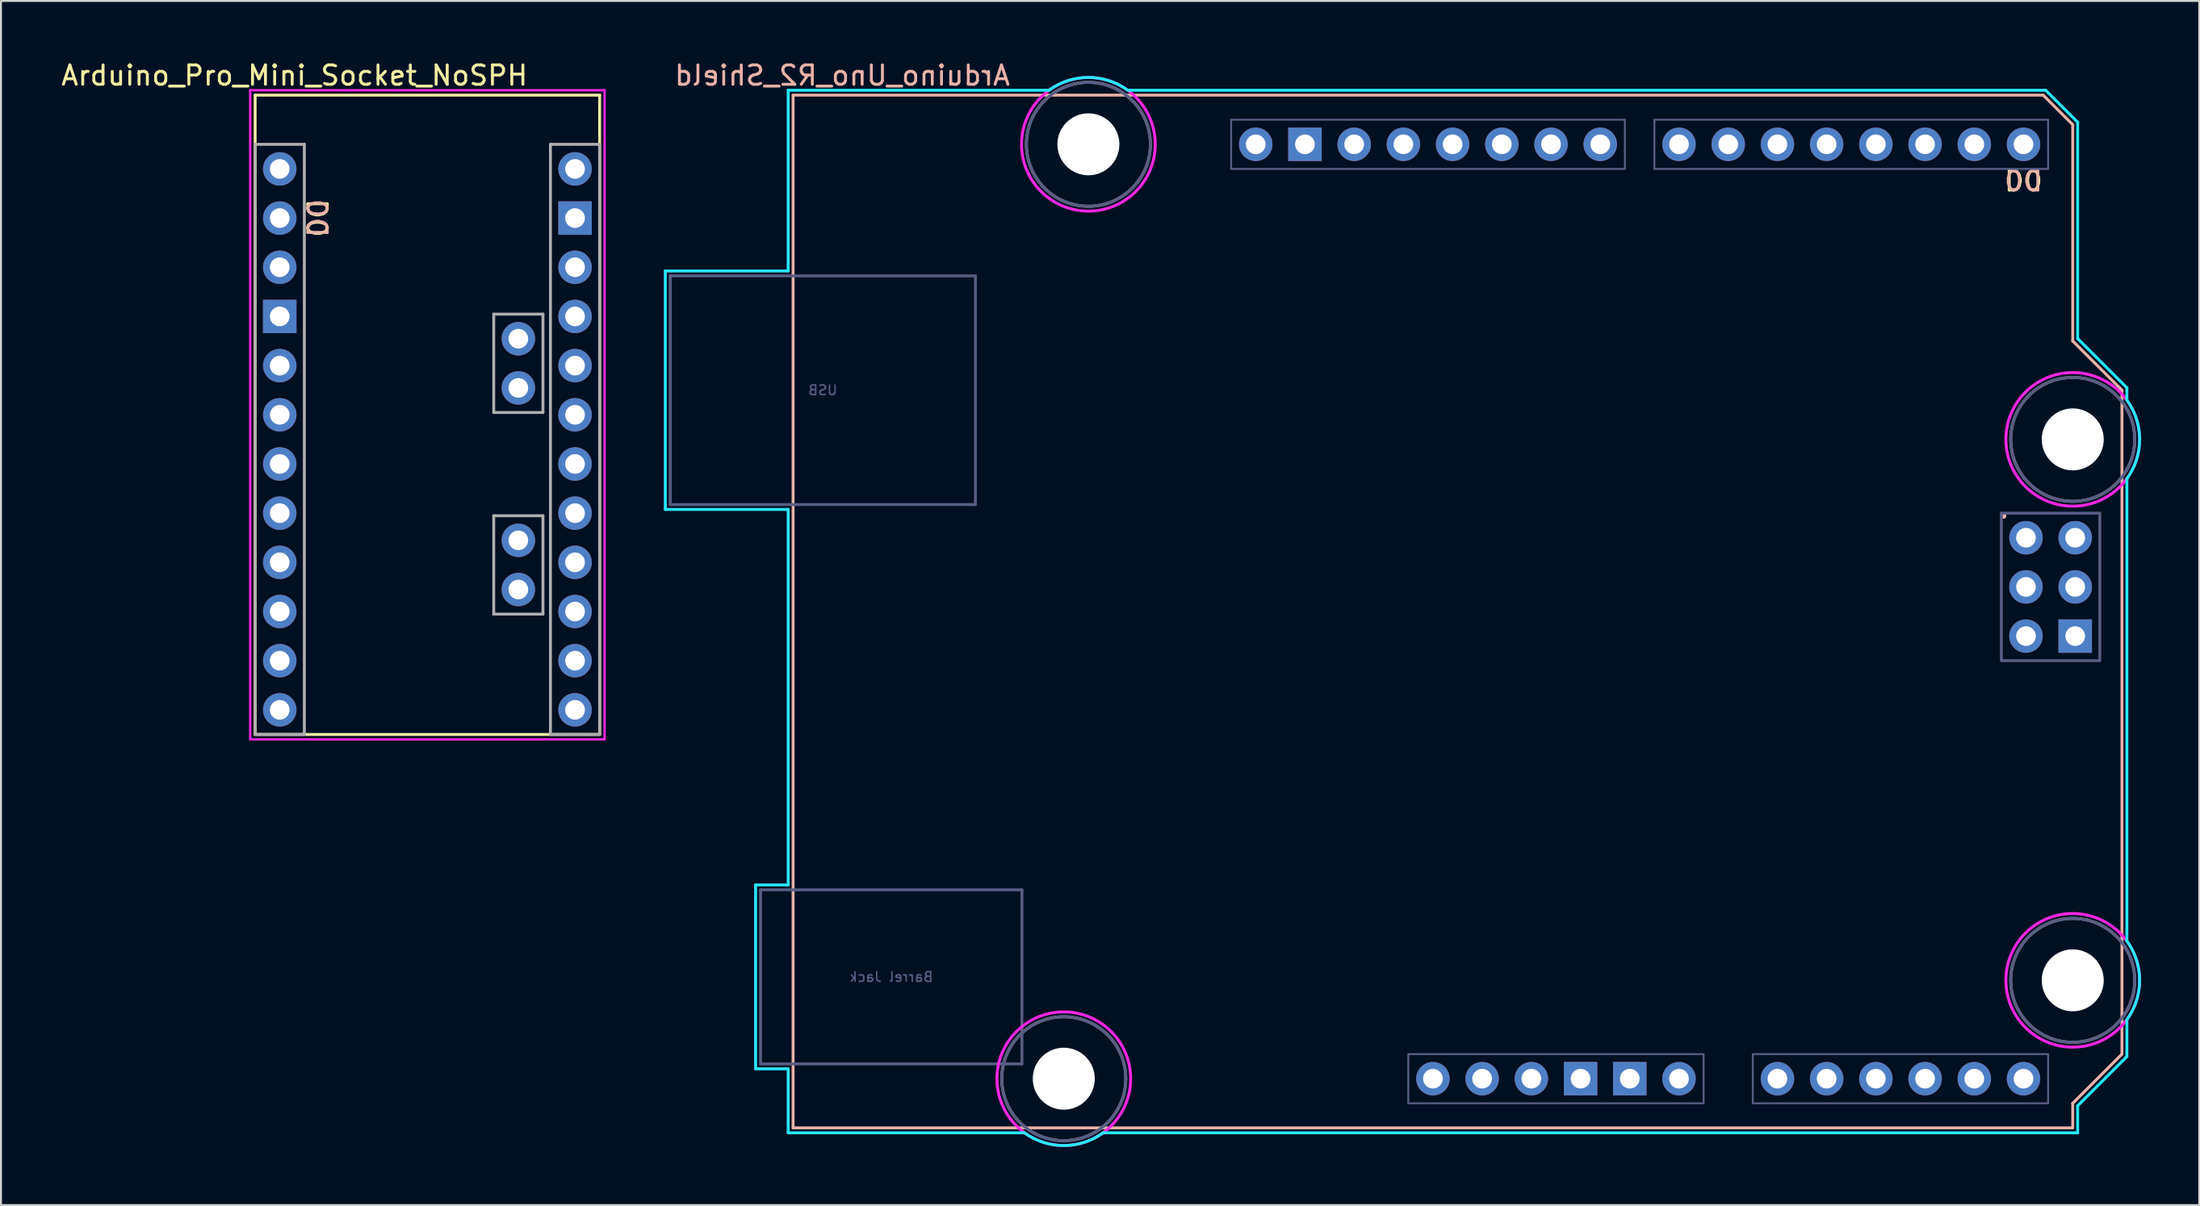
<source format=kicad_pcb>
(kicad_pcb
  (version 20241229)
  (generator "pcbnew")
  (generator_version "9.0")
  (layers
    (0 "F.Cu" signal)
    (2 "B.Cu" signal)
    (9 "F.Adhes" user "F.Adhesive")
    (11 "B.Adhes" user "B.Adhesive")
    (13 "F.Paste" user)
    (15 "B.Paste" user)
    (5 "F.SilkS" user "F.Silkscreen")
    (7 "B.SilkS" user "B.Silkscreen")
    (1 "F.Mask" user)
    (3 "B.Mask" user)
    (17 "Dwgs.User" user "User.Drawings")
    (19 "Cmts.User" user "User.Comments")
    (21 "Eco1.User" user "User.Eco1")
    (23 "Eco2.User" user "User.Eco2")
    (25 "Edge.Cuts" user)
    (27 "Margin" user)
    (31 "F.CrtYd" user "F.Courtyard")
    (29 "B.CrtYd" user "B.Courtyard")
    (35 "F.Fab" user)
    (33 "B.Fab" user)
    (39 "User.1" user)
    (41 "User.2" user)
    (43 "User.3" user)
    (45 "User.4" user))
  (footprint "Arduino_Pro_Mini_Socket_NoSPH"
    (layer "F.Cu")
    (at 19.007 18.374)
    (property "Reference" "Arduino_Pro_Mini_Socket_NoSPH" (at -6.858 -17.526 0) (layer "F.SilkS") (effects (font (size 1 1) (thickness 0.15))))
    (attr through_hole)
    (fp_line (start -8.89 -16.51) (end -8.89 16.51) (stroke (width 0.15) (type solid)) (layer "F.SilkS"))
    (fp_line (start 8.89 -16.51) (end -8.89 -16.51) (stroke (width 0.15) (type solid)) (layer "F.SilkS"))
    (fp_line (start 8.89 -16.51) (end 8.89 16.51) (stroke (width 0.15) (type solid)) (layer "F.SilkS"))
    (fp_line (start 8.89 16.51) (end -8.89 16.51) (stroke (width 0.15) (type solid)) (layer "F.SilkS"))
    (fp_line (start -9.144 -16.764) (end 9.144 -16.764) (stroke (width 0.12) (type solid)) (layer "F.CrtYd"))
    (fp_line (start -9.144 16.764) (end -9.144 -16.764) (stroke (width 0.12) (type solid)) (layer "F.CrtYd"))
    (fp_line (start 9.144 -16.764) (end 9.144 16.764) (stroke (width 0.12) (type solid)) (layer "F.CrtYd"))
    (fp_line (start 9.144 16.764) (end -9.144 16.764) (stroke (width 0.12) (type solid)) (layer "F.CrtYd"))
    (fp_line (start -8.89 -13.97) (end -8.89 16.51) (stroke (width 0.15) (type solid)) (layer "F.Fab"))
    (fp_line (start -8.89 -13.97) (end -6.35 -13.97) (stroke (width 0.15) (type solid)) (layer "F.Fab"))
    (fp_line (start -8.89 16.51) (end -6.35 16.51) (stroke (width 0.15) (type solid)) (layer "F.Fab"))
    (fp_line (start -6.35 -13.97) (end -6.35 16.51) (stroke (width 0.15) (type solid)) (layer "F.Fab"))
    (fp_line (start 3.424 -5.199) (end 3.424 -0.119) (stroke (width 0.15) (type solid)) (layer "F.Fab"))
    (fp_line (start 3.424 -0.119) (end 5.964 -0.119) (stroke (width 0.15) (type solid)) (layer "F.Fab"))
    (fp_line (start 3.424 5.214) (end 3.424 10.295) (stroke (width 0.15) (type solid)) (layer "F.Fab"))
    (fp_line (start 5.964 -5.199) (end 3.424 -5.199) (stroke (width 0.15) (type solid)) (layer "F.Fab"))
    (fp_line (start 5.964 -5.199) (end 5.964 -0.119) (stroke (width 0.15) (type solid)) (layer "F.Fab"))
    (fp_line (start 5.964 5.214) (end 3.424 5.214) (stroke (width 0.15) (type solid)) (layer "F.Fab"))
    (fp_line (start 5.964 5.214) (end 5.964 10.295) (stroke (width 0.15) (type solid)) (layer "F.Fab"))
    (fp_line (start 5.964 10.295) (end 3.424 10.295) (stroke (width 0.15) (type solid)) (layer "F.Fab"))
    (fp_line (start 6.35 -13.97) (end 6.35 16.51) (stroke (width 0.15) (type solid)) (layer "F.Fab"))
    (fp_line (start 6.35 -13.97) (end 8.89 -13.97) (stroke (width 0.15) (type solid)) (layer "F.Fab"))
    (fp_line (start 6.35 16.51) (end 8.89 16.51) (stroke (width 0.15) (type solid)) (layer "F.Fab"))
    (fp_line (start 8.89 -13.97) (end 8.89 16.51) (stroke (width 0.15) (type solid)) (layer "F.Fab"))
    (fp_text user "D0" (at -5.715 -10.16 270) (unlocked yes) (layer "F.SilkS") (effects (font (size 1 1) (thickness 0.15))))
    (fp_text user "D0" (at -5.715 -10.16 270) (unlocked yes) (layer "B.SilkS") (effects (font (size 1 1) (thickness 0.15)) (justify mirror)))
    (pad "A0" thru_hole circle (at 7.62 5.08) (size 1.727 1.727) (drill 1.016) (layers "*.Cu" "*.Mask"))
    (pad "A1" thru_hole circle (at 7.62 2.54) (size 1.727 1.727) (drill 1.016) (layers "*.Cu" "*.Mask"))
    (pad "A2" thru_hole circle (at 7.62 0) (size 1.727 1.727) (drill 1.016) (layers "*.Cu" "*.Mask"))
    (pad "A3" thru_hole circle (at 7.62 -2.54) (size 1.727 1.727) (drill 1.016) (layers "*.Cu" "*.Mask"))
    (pad "A4" thru_hole circle (at 4.694 -1.389) (size 1.727 1.727) (drill 1.016) (layers "*.Cu" "*.Mask"))
    (pad "A5" thru_hole circle (at 4.694 -3.929) (size 1.727 1.727) (drill 1.016) (layers "*.Cu" "*.Mask"))
    (pad "A6" thru_hole circle (at 4.694 9.025) (size 1.727 1.727) (drill 1.016) (layers "*.Cu" "*.Mask"))
    (pad "A7" thru_hole circle (at 4.694 6.484) (size 1.727 1.727) (drill 1.016) (layers "*.Cu" "*.Mask"))
    (pad "D0" thru_hole circle (at -7.62 -10.16) (size 1.727 1.727) (drill 1.016) (layers "*.Cu" "*.Mask"))
    (pad "D1" thru_hole circle (at -7.62 -12.7) (size 1.727 1.727) (drill 1.016) (layers "*.Cu" "*.Mask"))
    (pad "D2" thru_hole circle (at -7.62 -2.54) (size 1.727 1.727) (drill 1.016) (layers "*.Cu" "*.Mask"))
    (pad "D3" thru_hole circle (at -7.62 0) (size 1.727 1.727) (drill 1.016) (layers "*.Cu" "*.Mask"))
    (pad "D4" thru_hole circle (at -7.62 2.54) (size 1.727 1.727) (drill 1.016) (layers "*.Cu" "*.Mask"))
    (pad "D5" thru_hole circle (at -7.62 5.08) (size 1.727 1.727) (drill 1.016) (layers "*.Cu" "*.Mask"))
    (pad "D6" thru_hole circle (at -7.62 7.62) (size 1.727 1.727) (drill 1.016) (layers "*.Cu" "*.Mask"))
    (pad "D7" thru_hole circle (at -7.62 10.16) (size 1.727 1.727) (drill 1.016) (layers "*.Cu" "*.Mask"))
    (pad "D8" thru_hole circle (at -7.62 12.7) (size 1.727 1.727) (drill 1.016) (layers "*.Cu" "*.Mask"))
    (pad "D9" thru_hole circle (at -7.62 15.24) (size 1.727 1.727) (drill 1.016) (layers "*.Cu" "*.Mask"))
    (pad "D10" thru_hole circle (at 7.62 15.24) (size 1.727 1.727) (drill 1.016) (layers "*.Cu" "*.Mask"))
    (pad "D11" thru_hole circle (at 7.62 12.7) (size 1.727 1.727) (drill 1.016) (layers "*.Cu" "*.Mask"))
    (pad "D12" thru_hole circle (at 7.62 10.16) (size 1.727 1.727) (drill 1.016) (layers "*.Cu" "*.Mask"))
    (pad "D13" thru_hole circle (at 7.62 7.62) (size 1.727 1.727) (drill 1.016) (layers "*.Cu" "*.Mask"))
    (pad "GND1" thru_hole rect (at -7.62 -5.08) (size 1.727 1.727) (drill 1.016) (layers "*.Cu" "*.Mask"))
    (pad "GND2" thru_hole rect (at 7.62 -10.16) (size 1.727 1.727) (drill 1.016) (layers "*.Cu" "*.Mask"))
    (pad "RAW" thru_hole circle (at 7.62 -12.7) (size 1.727 1.727) (drill 1.016) (layers "*.Cu" "*.Mask"))
    (pad "RST1" thru_hole circle (at -7.62 -7.62) (size 1.727 1.727) (drill 1.016) (layers "*.Cu" "*.Mask"))
    (pad "RST2" thru_hole circle (at 7.62 -7.62) (size 1.727 1.727) (drill 1.016) (layers "*.Cu" "*.Mask"))
    (pad "Vcc1" thru_hole circle (at 7.62 -5.08) (size 1.727 1.727) (drill 1.016) (layers "*.Cu" "*.Mask")))
  (footprint "Arduino_Uno_R2_Shield"
    (layer "F.Cu")
    (at 37.88 55.204)
    (property "Reference" "Arduino_Uno_R2_Shield" (at 2.54 -54.356 0) (layer "B.SilkS") (effects (font (size 1 1) (thickness 0.15)) (justify mirror)))
    (attr through_hole)
    (fp_line (start 0 -53.34) (end 0 0) (stroke (width 0.15) (type solid)) (layer "B.SilkS"))
    (fp_line (start 0 -53.34) (end 64.516 -53.34) (stroke (width 0.15) (type solid)) (layer "B.SilkS"))
    (fp_line (start 0 0) (end 66.04 0) (stroke (width 0.15) (type solid)) (layer "B.SilkS"))
    (fp_line (start 64.516 -53.34) (end 66.04 -51.816) (stroke (width 0.15) (type solid)) (layer "B.SilkS"))
    (fp_line (start 66.04 -40.64) (end 66.04 -51.816) (stroke (width 0.15) (type solid)) (layer "B.SilkS"))
    (fp_line (start 66.04 -1.27) (end 68.58 -3.81) (stroke (width 0.15) (type solid)) (layer "B.SilkS"))
    (fp_line (start 66.04 0) (end 66.04 -1.27) (stroke (width 0.15) (type solid)) (layer "B.SilkS"))
    (fp_line (start 68.58 -38.1) (end 66.04 -40.64) (stroke (width 0.15) (type solid)) (layer "B.SilkS"))
    (fp_line (start 68.58 -3.81) (end 68.58 -38.1) (stroke (width 0.15) (type solid)) (layer "B.SilkS"))
    (fp_line (start -6.594 -44.258) (end -0.254 -44.258) (stroke (width 0.15) (type solid)) (layer "B.CrtYd"))
    (fp_line (start -6.594 -31.94) (end -6.594 -44.258) (stroke (width 0.15) (type solid)) (layer "B.CrtYd"))
    (fp_line (start -1.934 -12.548) (end -1.934 -3.049) (stroke (width 0.15) (type solid)) (layer "B.CrtYd"))
    (fp_line (start -1.934 -12.548) (end -0.254 -12.548) (stroke (width 0.15) (type solid)) (layer "B.CrtYd"))
    (fp_line (start -1.934 -3.049) (end -0.254 -3.049) (stroke (width 0.15) (type solid)) (layer "B.CrtYd"))
    (fp_line (start -0.254 -53.594) (end -0.254 -44.258) (stroke (width 0.15) (type solid)) (layer "B.CrtYd"))
    (fp_line (start -0.254 -31.94) (end -6.594 -31.94) (stroke (width 0.15) (type solid)) (layer "B.CrtYd"))
    (fp_line (start -0.254 -31.94) (end -0.254 -12.548) (stroke (width 0.15) (type solid)) (layer "B.CrtYd"))
    (fp_line (start -0.254 -3.049) (end -0.254 0.254) (stroke (width 0.15) (type solid)) (layer "B.CrtYd"))
    (fp_line (start 11.938 0.254) (end -0.254 0.254) (stroke (width 0.15) (type solid)) (layer "B.CrtYd"))
    (fp_line (start 13.208 -53.594) (end -0.254 -53.594) (stroke (width 0.15) (type solid)) (layer "B.CrtYd"))
    (fp_line (start 16.002 0.254) (end 66.294 0.254) (stroke (width 0.15) (type solid)) (layer "B.CrtYd"))
    (fp_line (start 17.272 -53.594) (end 64.643 -53.594) (stroke (width 0.15) (type solid)) (layer "B.CrtYd"))
    (fp_line (start 64.643 -53.594) (end 66.294 -51.943) (stroke (width 0.15) (type solid)) (layer "B.CrtYd"))
    (fp_line (start 66.294 -40.767) (end 66.294 -51.943) (stroke (width 0.15) (type solid)) (layer "B.CrtYd"))
    (fp_line (start 66.294 -1.143) (end 68.834 -3.683) (stroke (width 0.15) (type solid)) (layer "B.CrtYd"))
    (fp_line (start 66.294 0.254) (end 66.294 -1.143) (stroke (width 0.15) (type solid)) (layer "B.CrtYd"))
    (fp_line (start 68.834 -38.227) (end 66.294 -40.767) (stroke (width 0.15) (type solid)) (layer "B.CrtYd"))
    (fp_line (start 68.834 -38.227) (end 68.834 -37.592) (stroke (width 0.15) (type solid)) (layer "B.CrtYd"))
    (fp_line (start 68.834 -9.652) (end 68.834 -33.528) (stroke (width 0.15) (type solid)) (layer "B.CrtYd"))
    (fp_line (start 68.834 -5.588) (end 68.834 -3.683) (stroke (width 0.15) (type solid)) (layer "B.CrtYd"))
    (fp_arc (start 13.208 -53.594) (mid 15.24 -54.254237) (end 17.272 -53.594) (stroke (width 0.15) (type solid)) (layer "B.CrtYd"))
    (fp_arc (start 16.002 0.254) (mid 13.97 0.914237) (end 11.938 0.254) (stroke (width 0.15) (type solid)) (layer "B.CrtYd"))
    (fp_arc (start 68.834 -37.592) (mid 69.494238 -35.56) (end 68.834 -33.528) (stroke (width 0.15) (type solid)) (layer "B.CrtYd"))
    (fp_arc (start 68.834 -9.652) (mid 69.494238 -7.62) (end 68.834 -5.588) (stroke (width 0.15) (type solid)) (layer "B.CrtYd"))
    (fp_circle (center 13.97 -2.54) (end 17.42 -2.54) (stroke (width 0.15) (type solid)) (fill no) (layer "F.CrtYd"))
    (fp_circle (center 15.24 -50.8) (end 18.69 -50.8) (stroke (width 0.15) (type solid)) (fill no) (layer "F.CrtYd"))
    (fp_circle (center 66.04 -35.56) (end 69.49 -35.56) (stroke (width 0.15) (type solid)) (fill no) (layer "F.CrtYd"))
    (fp_circle (center 66.04 -7.62) (end 69.49 -7.62) (stroke (width 0.15) (type solid)) (fill no) (layer "F.CrtYd"))
    (fp_line (start -6.34 -44.004) (end 9.41 -44.004) (stroke (width 0.15) (type solid)) (layer "B.Fab"))
    (fp_line (start -6.34 -32.194) (end -6.34 -44.004) (stroke (width 0.15) (type solid)) (layer "B.Fab"))
    (fp_line (start -6.34 -32.194) (end 9.41 -32.194) (stroke (width 0.15) (type solid)) (layer "B.Fab"))
    (fp_line (start -1.68 -12.294) (end -1.68 -3.303) (stroke (width 0.15) (type solid)) (layer "B.Fab"))
    (fp_line (start -1.68 -12.294) (end 11.81 -12.294) (stroke (width 0.15) (type solid)) (layer "B.Fab"))
    (fp_line (start -1.68 -3.303) (end 11.81 -3.303) (stroke (width 0.15) (type solid)) (layer "B.Fab"))
    (fp_line (start 9.41 -32.194) (end 9.41 -44.004) (stroke (width 0.15) (type solid)) (layer "B.Fab"))
    (fp_line (start 11.81 -12.294) (end 11.81 -3.303) (stroke (width 0.15) (type solid)) (layer "B.Fab"))
    (fp_rect (start 22.606 -52.07) (end 42.926 -49.53) (stroke (width 0.1) (type solid)) (fill no) (layer "B.Fab"))
    (fp_rect (start 31.75 -3.81) (end 46.99 -1.27) (stroke (width 0.1) (type solid)) (fill no) (layer "B.Fab"))
    (fp_rect (start 44.45 -52.07) (end 64.77 -49.53) (stroke (width 0.1) (type solid)) (fill no) (layer "B.Fab"))
    (fp_rect (start 49.53 -3.81) (end 64.77 -1.27) (stroke (width 0.1) (type solid)) (fill no) (layer "B.Fab"))
    (fp_rect (start 62.357 -31.75) (end 67.437 -24.13) (stroke (width 0.15) (type solid)) (fill no) (layer "B.Fab"))
    (fp_circle (center 13.97 -2.54) (end 17.17 -2.54) (stroke (width 0.15) (type solid)) (fill no) (layer "B.Fab"))
    (fp_circle (center 15.24 -50.8) (end 18.44 -50.8) (stroke (width 0.15) (type solid)) (fill no) (layer "B.Fab"))
    (fp_circle (center 66.04 -35.56) (end 69.24 -35.56) (stroke (width 0.15) (type solid)) (fill no) (layer "B.Fab"))
    (fp_circle (center 66.04 -7.62) (end 69.24 -7.62) (stroke (width 0.15) (type solid)) (fill no) (layer "B.Fab"))
    (fp_circle (center 13.97 -2.54) (end 17.17 -2.54) (stroke (width 0.15) (type solid)) (fill no) (layer "F.Fab"))
    (fp_circle (center 15.24 -50.8) (end 18.44 -50.8) (stroke (width 0.15) (type solid)) (fill no) (layer "F.Fab"))
    (fp_circle (center 66.04 -35.56) (end 69.24 -35.56) (stroke (width 0.15) (type solid)) (fill no) (layer "F.Fab"))
    (fp_circle (center 66.04 -7.62) (end 69.24 -7.62) (stroke (width 0.15) (type solid)) (fill no) (layer "F.Fab"))
    (fp_text user "." (at 62.484 -32.004 0) (layer "F.SilkS") (effects (font (size 1 1) (thickness 0.15))))
    (fp_text user "D0" (at 63.5 -48.895 0) (unlocked yes) (layer "F.SilkS") (effects (font (size 1 1) (thickness 0.15))))
    (fp_text user "D0" (at 63.5 -48.895 0) (unlocked yes) (layer "B.SilkS") (effects (font (size 1 1) (thickness 0.15)) (justify mirror)))
    (fp_text user "." (at 62.484 -32.004 0) (layer "B.SilkS") (effects (font (size 1 1) (thickness 0.15))))
    (fp_text user "USB" (at 1.535 -38.099 0) (layer "B.Fab") (effects (font (size 0.5 0.5) (thickness 0.075)) (justify mirror)))
    (fp_text user "Barrel Jack" (at 5.065 -7.798 0) (layer "B.Fab") (effects (font (size 0.5 0.5) (thickness 0.075)) (justify mirror)))
    (pad "" np_thru_hole circle (at 13.97 -2.54) (size 3.2 3.2) (drill 3.2) (layers "*.Cu" "*.Mask"))
    (pad "" np_thru_hole circle (at 15.24 -50.8) (size 3.2 3.2) (drill 3.2) (layers "*.Cu" "*.Mask"))
    (pad "" np_thru_hole circle (at 66.04 -35.56) (size 3.2 3.2) (drill 3.2) (layers "*.Cu" "*.Mask"))
    (pad "" np_thru_hole circle (at 66.04 -7.62) (size 3.2 3.2) (drill 3.2) (layers "*.Cu" "*.Mask"))
    (pad "3V3" thru_hole oval (at 35.56 -2.54) (size 1.727 1.727) (drill 1.016) (layers "*.Cu" "*.Mask"))
    (pad "5V1" thru_hole oval (at 38.1 -2.54) (size 1.727 1.727) (drill 1.016) (layers "*.Cu" "*.Mask"))
    (pad "5V2" thru_hole oval (at 66.167 -30.48) (size 1.727 1.727) (drill 1.016) (layers "*.Cu" "*.Mask"))
    (pad "A0" thru_hole oval (at 50.8 -2.54) (size 1.727 1.727) (drill 1.016) (layers "*.Cu" "*.Mask"))
    (pad "A1" thru_hole oval (at 53.34 -2.54) (size 1.727 1.727) (drill 1.016) (layers "*.Cu" "*.Mask"))
    (pad "A2" thru_hole oval (at 55.88 -2.54) (size 1.727 1.727) (drill 1.016) (layers "*.Cu" "*.Mask"))
    (pad "A3" thru_hole oval (at 58.42 -2.54) (size 1.727 1.727) (drill 1.016) (layers "*.Cu" "*.Mask"))
    (pad "A4" thru_hole oval (at 60.96 -2.54) (size 1.727 1.727) (drill 1.016) (layers "*.Cu" "*.Mask"))
    (pad "A5" thru_hole oval (at 63.5 -2.54) (size 1.727 1.727) (drill 1.016) (layers "*.Cu" "*.Mask"))
    (pad "AREF" thru_hole oval (at 23.876 -50.8) (size 1.727 1.727) (drill 1.016) (layers "*.Cu" "*.Mask"))
    (pad "D0" thru_hole oval (at 63.5 -50.8) (size 1.727 1.727) (drill 1.016) (layers "*.Cu" "*.Mask"))
    (pad "D1" thru_hole oval (at 60.96 -50.8) (size 1.727 1.727) (drill 1.016) (layers "*.Cu" "*.Mask"))
    (pad "D2" thru_hole oval (at 58.42 -50.8) (size 1.727 1.727) (drill 1.016) (layers "*.Cu" "*.Mask"))
    (pad "D3" thru_hole oval (at 55.88 -50.8) (size 1.727 1.727) (drill 1.016) (layers "*.Cu" "*.Mask"))
    (pad "D4" thru_hole oval (at 53.34 -50.8) (size 1.727 1.727) (drill 1.016) (layers "*.Cu" "*.Mask"))
    (pad "D5" thru_hole oval (at 50.8 -50.8) (size 1.727 1.727) (drill 1.016) (layers "*.Cu" "*.Mask"))
    (pad "D6" thru_hole oval (at 48.26 -50.8) (size 1.727 1.727) (drill 1.016) (layers "*.Cu" "*.Mask"))
    (pad "D7" thru_hole oval (at 45.72 -50.8) (size 1.727 1.727) (drill 1.016) (layers "*.Cu" "*.Mask"))
    (pad "D8" thru_hole oval (at 41.656 -50.8) (size 1.727 1.727) (drill 1.016) (layers "*.Cu" "*.Mask"))
    (pad "D9" thru_hole oval (at 39.116 -50.8) (size 1.727 1.727) (drill 1.016) (layers "*.Cu" "*.Mask"))
    (pad "D10" thru_hole oval (at 36.576 -50.8) (size 1.727 1.727) (drill 1.016) (layers "*.Cu" "*.Mask"))
    (pad "D11" thru_hole oval (at 34.036 -50.8) (size 1.727 1.727) (drill 1.016) (layers "*.Cu" "*.Mask"))
    (pad "D12" thru_hole oval (at 31.496 -50.8) (size 1.727 1.727) (drill 1.016) (layers "*.Cu" "*.Mask"))
    (pad "D13" thru_hole oval (at 28.956 -50.8) (size 1.727 1.727) (drill 1.016) (layers "*.Cu" "*.Mask"))
    (pad "GND1" thru_hole rect (at 26.416 -50.8) (size 1.727 1.727) (drill 1.016) (layers "*.Cu" "*.Mask"))
    (pad "GND2" thru_hole rect (at 40.64 -2.54) (size 1.727 1.727) (drill 1.016) (layers "*.Cu" "*.Mask"))
    (pad "GND3" thru_hole rect (at 43.18 -2.54) (size 1.727 1.727) (drill 1.016) (layers "*.Cu" "*.Mask"))
    (pad "GND4" thru_hole rect (at 66.167 -25.4) (size 1.727 1.727) (drill 1.016) (layers "*.Cu" "*.Mask"))
    (pad "MISO" thru_hole oval (at 63.627 -30.48) (size 1.727 1.727) (drill 1.016) (layers "*.Cu" "*.Mask"))
    (pad "MOSI" thru_hole oval (at 66.167 -27.94) (size 1.727 1.727) (drill 1.016) (layers "*.Cu" "*.Mask"))
    (pad "RST1" thru_hole oval (at 33.02 -2.54) (size 1.727 1.727) (drill 1.016) (layers "*.Cu" "*.Mask"))
    (pad "RST2" thru_hole oval (at 63.627 -25.4) (size 1.727 1.727) (drill 1.016) (layers "*.Cu" "*.Mask"))
    (pad "SCK" thru_hole oval (at 63.627 -27.94) (size 1.727 1.727) (drill 1.016) (layers "*.Cu" "*.Mask"))
    (pad "VIN" thru_hole oval (at 45.72 -2.54) (size 1.727 1.727) (drill 1.016) (layers "*.Cu" "*.Mask")))
  (gr_rect
    (start -3 -3)
    (end 110.449 59.193)
    (stroke (width 0.1) (type default))
    (fill no)
    (layer "Edge.Cuts")))
</source>
